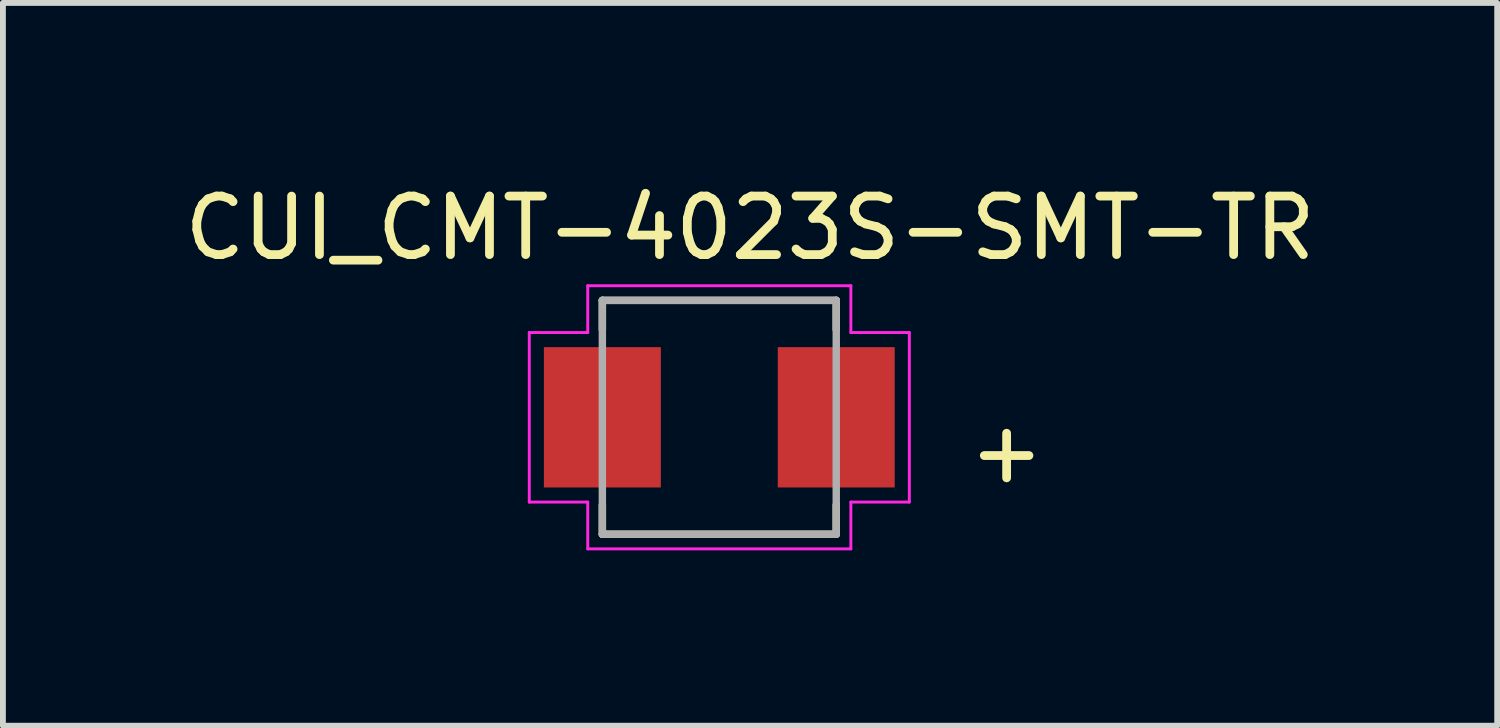
<source format=kicad_pcb>
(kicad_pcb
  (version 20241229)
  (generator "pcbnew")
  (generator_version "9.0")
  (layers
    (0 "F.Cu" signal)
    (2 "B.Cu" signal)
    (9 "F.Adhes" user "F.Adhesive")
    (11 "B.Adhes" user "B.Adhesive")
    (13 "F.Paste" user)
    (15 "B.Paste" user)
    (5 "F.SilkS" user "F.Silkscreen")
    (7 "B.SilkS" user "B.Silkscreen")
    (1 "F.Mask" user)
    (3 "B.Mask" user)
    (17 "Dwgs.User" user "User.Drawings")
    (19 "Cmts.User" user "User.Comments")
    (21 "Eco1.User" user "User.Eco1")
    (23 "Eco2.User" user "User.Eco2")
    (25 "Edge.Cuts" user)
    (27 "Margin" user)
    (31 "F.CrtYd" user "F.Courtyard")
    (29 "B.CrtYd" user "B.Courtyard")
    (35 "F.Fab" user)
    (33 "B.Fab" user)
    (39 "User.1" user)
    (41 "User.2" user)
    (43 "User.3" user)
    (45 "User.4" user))
  (footprint "CUI_CMT-4023S-SMT-TR"
    (layer "F.Cu")
    (at 9.252 4.087)
    (property "Reference" "CUI_CMT-4023S-SMT-TR" (at 0.526 -3.238 0) (layer "F.SilkS") (effects (font (size 1.001 1.001) (thickness 0.15))))
    (attr through_hole)
    (fp_line (start -2 -2) (end -2 -1.5) (stroke (width 0.127) (type solid)) (layer "F.SilkS"))
    (fp_line (start -2 -2) (end 2 -2) (stroke (width 0.127) (type solid)) (layer "F.SilkS"))
    (fp_line (start -2 1.5) (end -2 2) (stroke (width 0.127) (type solid)) (layer "F.SilkS"))
    (fp_line (start 2 -2) (end 2 -1.5) (stroke (width 0.127) (type solid)) (layer "F.SilkS"))
    (fp_line (start 2 1.5) (end 2 2) (stroke (width 0.127) (type solid)) (layer "F.SilkS"))
    (fp_line (start 2 2) (end -2 2) (stroke (width 0.127) (type solid)) (layer "F.SilkS"))
    (fp_line (start -3.25 -1.45) (end -3.25 1.45) (stroke (width 0.05) (type solid)) (layer "F.CrtYd"))
    (fp_line (start -3.25 -1.45) (end -2.25 -1.45) (stroke (width 0.05) (type solid)) (layer "F.CrtYd"))
    (fp_line (start -3.25 1.45) (end -2.25 1.45) (stroke (width 0.05) (type solid)) (layer "F.CrtYd"))
    (fp_line (start -2.25 -1.45) (end -2.25 -2.25) (stroke (width 0.05) (type solid)) (layer "F.CrtYd"))
    (fp_line (start -2.25 1.45) (end -2.25 2.25) (stroke (width 0.05) (type solid)) (layer "F.CrtYd"))
    (fp_line (start -2.25 2.25) (end 2.25 2.25) (stroke (width 0.05) (type solid)) (layer "F.CrtYd"))
    (fp_line (start 2.25 -2.25) (end -2.25 -2.25) (stroke (width 0.05) (type solid)) (layer "F.CrtYd"))
    (fp_line (start 2.25 -1.45) (end 2.25 -2.25) (stroke (width 0.05) (type solid)) (layer "F.CrtYd"))
    (fp_line (start 2.25 -1.45) (end 3.25 -1.45) (stroke (width 0.05) (type solid)) (layer "F.CrtYd"))
    (fp_line (start 2.25 1.45) (end 3.25 1.45) (stroke (width 0.05) (type solid)) (layer "F.CrtYd"))
    (fp_line (start 2.25 2.25) (end 2.25 1.45) (stroke (width 0.05) (type solid)) (layer "F.CrtYd"))
    (fp_line (start 3.25 1.45) (end 3.25 -1.45) (stroke (width 0.05) (type solid)) (layer "F.CrtYd"))
    (fp_line (start -2 -2) (end 2 -2) (stroke (width 0.127) (type solid)) (layer "F.Fab"))
    (fp_line (start -2 2) (end -2 -2) (stroke (width 0.127) (type solid)) (layer "F.Fab"))
    (fp_line (start 2 -2) (end 2 2) (stroke (width 0.127) (type solid)) (layer "F.Fab"))
    (fp_line (start 2 2) (end -2 2) (stroke (width 0.127) (type solid)) (layer "F.Fab"))
    (fp_text user "+" (at 4.914 0.58 0) (layer "F.SilkS") (effects (font (size 1.001 1.001) (thickness 0.15))))
    (pad "N" smd rect (at -2 0) (size 2 2.4) (layers "F.Cu" "F.Mask" "F.Paste"))
    (pad "P" smd rect (at 2 0) (size 2 2.4) (layers "F.Cu" "F.Mask" "F.Paste")))
  (gr_rect
    (start -3 -3)
    (end 22.556 9.362)
    (stroke (width 0.1) (type default))
    (fill no)
    (layer "Edge.Cuts")))
</source>
